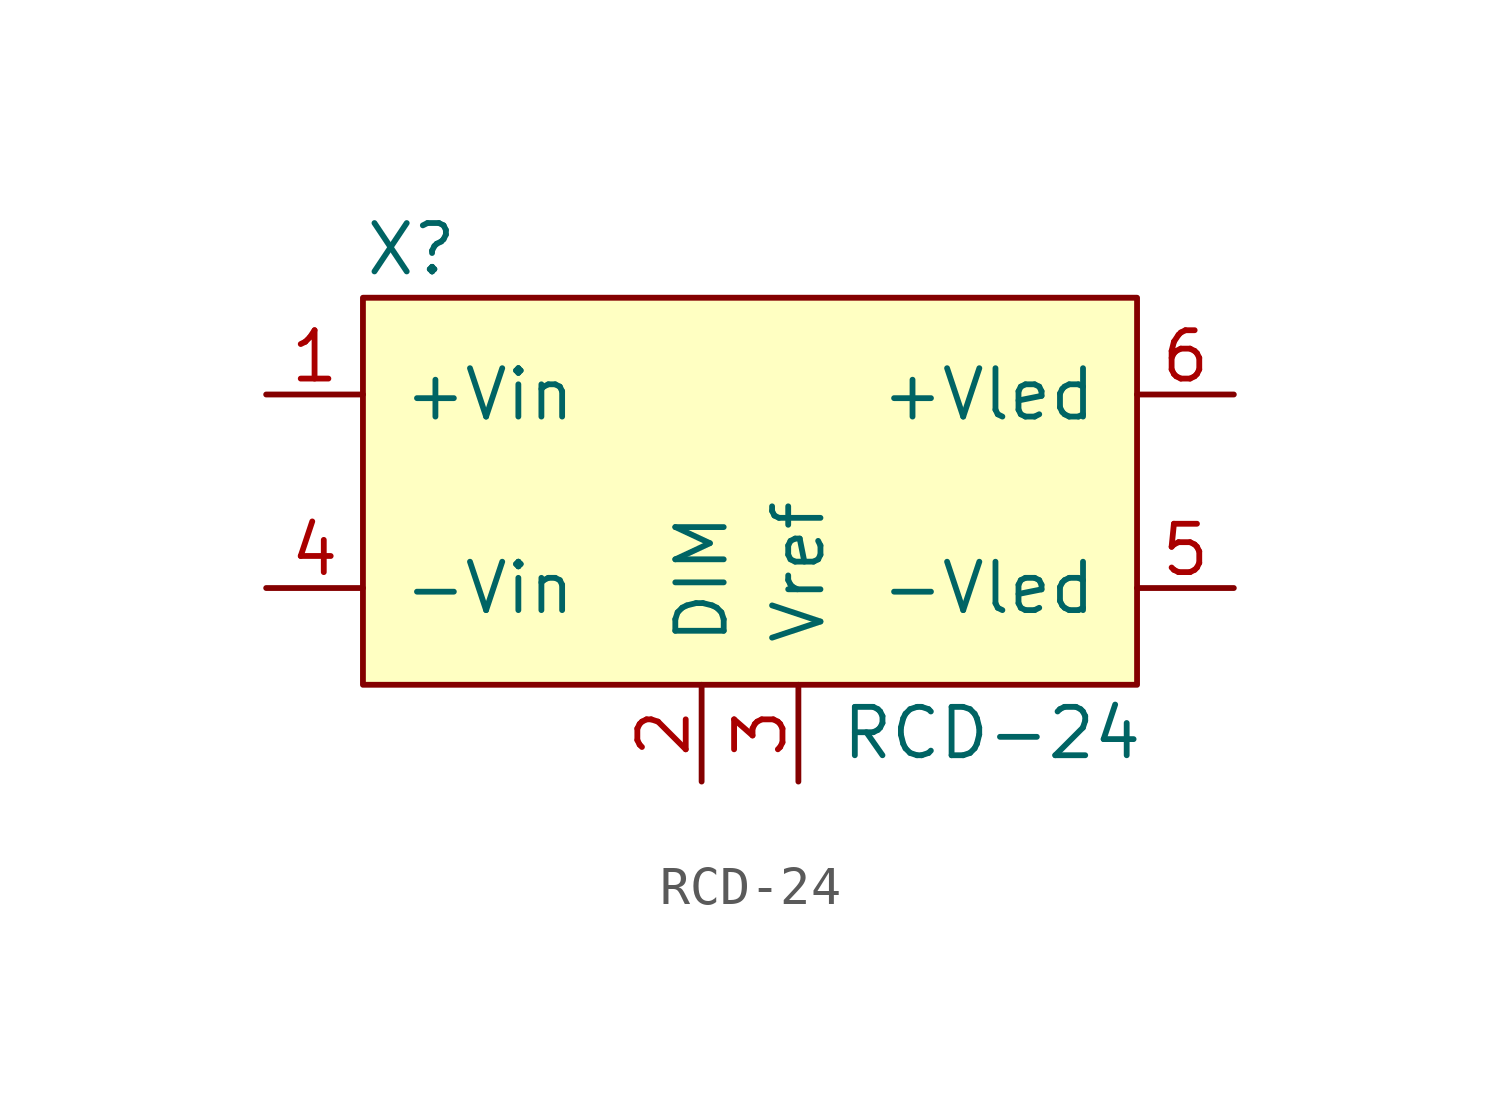
<source format=kicad_sym>
(kicad_symbol_lib
  (version 20211014)
  (generator kicad_symbol_editor)
  (symbol "RCD-24"
    (pin_names
      (offset 1.016))
    (property "Reference" "X"
      (at -8.89 6.35 0)
      (effects (font (size 1.27 1.27))))
    (property "Value" "RCD-24"
      (at 6.35 -6.35 0)
      (effects (font (size 1.27 1.27))))
    (symbol "RCD-24_0_1"
      (rectangle (start -10.16 5.08) (end 10.16 -5.08) (stroke (width 0) (type default) (color 0 0 0 0)) (fill (type background))))
    (symbol "RCD-24_1_1"
      (pin power_in line (at -12.7 2.54 0) (length 2.54) (name "+Vin" (effects (font (size 1.27 1.27)))) (number "1" (effects (font (size 1.27 1.27)))))
      (pin input line (at -1.27 -7.62 90) (length 2.54) (name "DIM" (effects (font (size 1.27 1.27)))) (number "2" (effects (font (size 1.27 1.27)))))
      (pin output line (at 1.27 -7.62 90) (length 2.54) (name "Vref" (effects (font (size 1.27 1.27)))) (number "3" (effects (font (size 1.27 1.27)))))
      (pin power_in line (at -12.7 -2.54 0) (length 2.54) (name "-Vin" (effects (font (size 1.27 1.27)))) (number "4" (effects (font (size 1.27 1.27)))))
      (pin power_out line (at 12.7 -2.54 180) (length 2.54) (name "-Vled" (effects (font (size 1.27 1.27)))) (number "5" (effects (font (size 1.27 1.27)))))
      (pin power_out line (at 12.7 2.54 180) (length 2.54) (name "+Vled" (effects (font (size 1.27 1.27)))) (number "6" (effects (font (size 1.27 1.27))))))))
</source>
